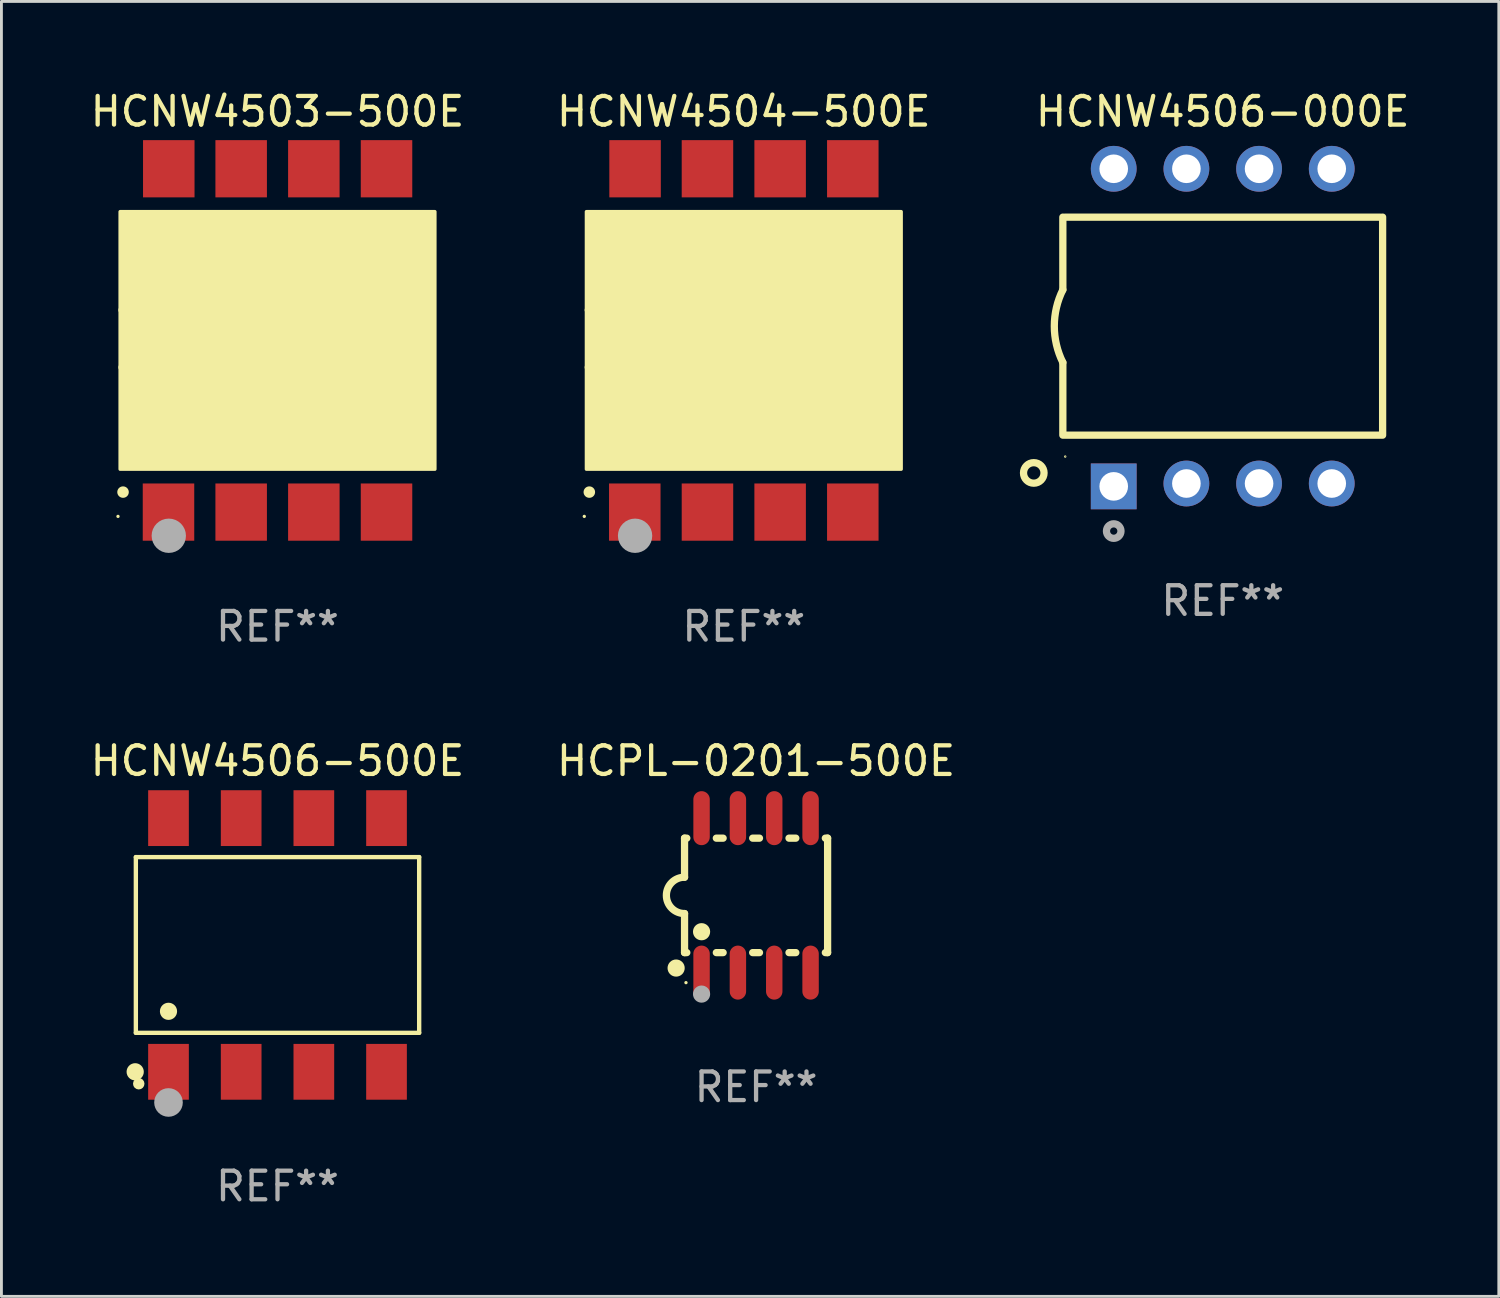
<source format=kicad_pcb>
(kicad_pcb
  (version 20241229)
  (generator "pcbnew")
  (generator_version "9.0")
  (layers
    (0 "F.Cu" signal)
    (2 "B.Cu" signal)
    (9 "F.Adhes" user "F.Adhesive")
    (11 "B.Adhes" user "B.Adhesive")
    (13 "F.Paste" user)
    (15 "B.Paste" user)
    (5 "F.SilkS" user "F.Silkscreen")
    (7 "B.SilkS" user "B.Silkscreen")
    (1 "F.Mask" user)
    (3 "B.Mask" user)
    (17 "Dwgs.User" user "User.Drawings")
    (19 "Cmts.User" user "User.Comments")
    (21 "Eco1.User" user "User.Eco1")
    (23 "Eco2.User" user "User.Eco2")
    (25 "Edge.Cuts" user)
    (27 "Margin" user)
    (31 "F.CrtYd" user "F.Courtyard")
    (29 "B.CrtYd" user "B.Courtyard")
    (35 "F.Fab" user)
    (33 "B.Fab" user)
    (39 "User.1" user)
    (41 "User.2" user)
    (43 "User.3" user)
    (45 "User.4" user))
  (footprint "HCNW4506-500E"
    (layer "F.Cu")
    (at 6.649 29.977)
    (property "Reference" "HCNW4506-500E" (at 0 -6.433 0) (layer "F.SilkS") (effects (font (size 1 1) (thickness 0.15))))
    (attr through_hole)
    (fp_line (start -4.951 -3.071) (end 4.951 -3.071) (stroke (width 0.152) (type solid)) (layer "F.SilkS"))
    (fp_line (start -4.951 3.071) (end -4.951 -3.071) (stroke (width 0.152) (type solid)) (layer "F.SilkS"))
    (fp_line (start 4.951 -3.071) (end 4.951 3.071) (stroke (width 0.152) (type solid)) (layer "F.SilkS"))
    (fp_line (start 4.951 3.071) (end -4.951 3.071) (stroke (width 0.152) (type solid)) (layer "F.SilkS"))
    (fp_circle (center -4.974 4.433) (end -4.823 4.433) (stroke (width 0.3) (type solid)) (fill no) (layer "F.SilkS"))
    (fp_circle (center -4.85 4.85) (end -4.75 4.85) (stroke (width 0.2) (type solid)) (fill no) (layer "F.SilkS"))
    (fp_circle (center -3.81 2.319) (end -3.66 2.319) (stroke (width 0.3) (type solid)) (fill no) (layer "F.SilkS"))
    (fp_circle (center -3.81 5.505) (end -3.56 5.505) (stroke (width 0.5) (type solid)) (fill no) (layer "F.Fab"))
    (fp_text user "REF**" (at 0 8.433 0) (layer "F.Fab") (effects (font (size 1 1) (thickness 0.15))))
    (pad "1" smd rect (at -3.81 4.433) (size 1.422 1.95) (layers "F.Cu" "F.Mask" "F.Paste"))
    (pad "2" smd rect (at -1.27 4.433) (size 1.422 1.95) (layers "F.Cu" "F.Mask" "F.Paste"))
    (pad "3" smd rect (at 1.27 4.433) (size 1.422 1.95) (layers "F.Cu" "F.Mask" "F.Paste"))
    (pad "4" smd rect (at 3.81 4.433) (size 1.422 1.95) (layers "F.Cu" "F.Mask" "F.Paste"))
    (pad "5" smd rect (at 3.81 -4.433) (size 1.422 1.95) (layers "F.Cu" "F.Mask" "F.Paste"))
    (pad "6" smd rect (at 1.27 -4.433) (size 1.422 1.95) (layers "F.Cu" "F.Mask" "F.Paste"))
    (pad "7" smd rect (at -1.27 -4.433) (size 1.422 1.95) (layers "F.Cu" "F.Mask" "F.Paste"))
    (pad "8" smd rect (at -3.81 -4.433) (size 1.422 1.95) (layers "F.Cu" "F.Mask" "F.Paste")))
  (footprint "HCNW4506-000E"
    (layer "F.Cu")
    (at 39.685 8.399)
    (property "Reference" "HCNW4506-000E" (at 0 -7.55 0) (layer "F.SilkS") (effects (font (size 1 1) (thickness 0.15))))
    (attr through_hole)
    (fp_line (start -5.588 -1.32) (end -5.588 -3.86) (stroke (width 0.254) (type solid)) (layer "F.SilkS"))
    (fp_line (start -5.588 3.76) (end -5.588 1.22) (stroke (width 0.254) (type solid)) (layer "F.SilkS"))
    (fp_line (start 5.5 -3.86) (end -5.5 -3.86) (stroke (width 0.254) (type solid)) (layer "F.SilkS"))
    (fp_line (start 5.5 3.76) (end -5.5 3.76) (stroke (width 0.254) (type solid)) (layer "F.SilkS"))
    (fp_line (start 5.588 3.76) (end 5.588 -3.86) (stroke (width 0.254) (type solid)) (layer "F.SilkS"))
    (fp_arc (start -5.588011 1.219583) (mid -5.886297 -0.050419) (end -5.588011 -1.320422) (stroke (width 0.254001) (type solid)) (layer "F.SilkS"))
    (fp_circle (center -6.604 5.08) (end -6.245 5.08) (stroke (width 0.254) (type solid)) (fill no) (layer "F.SilkS"))
    (fp_circle (center -5.505 4.508) (end -5.477 4.508) (stroke (width 0.03) (type solid)) (fill no) (layer "F.SilkS"))
    (fp_circle (center -3.81 7.112) (end -3.556 7.112) (stroke (width 0.254) (type solid)) (fill no) (layer "F.Fab"))
    (fp_text user "REF**" (at 0 9.55 0) (layer "F.Fab") (effects (font (size 1 1) (thickness 0.15))))
    (pad "1" thru_hole rect (at -3.81 5.55) (size 1.6 1.6) (drill 1) (layers "*.Cu" "*.Mask"))
    (pad "2" thru_hole circle (at -1.27 5.45) (size 1.6 1.6) (drill 1) (layers "*.Cu" "*.Mask"))
    (pad "3" thru_hole circle (at 1.27 5.45) (size 1.6 1.6) (drill 1) (layers "*.Cu" "*.Mask"))
    (pad "4" thru_hole circle (at 3.81 5.45) (size 1.6 1.6) (drill 1) (layers "*.Cu" "*.Mask"))
    (pad "5" thru_hole circle (at 3.81 -5.55) (size 1.6 1.6) (drill 1) (layers "*.Cu" "*.Mask"))
    (pad "6" thru_hole circle (at 1.27 -5.55) (size 1.6 1.6) (drill 1) (layers "*.Cu" "*.Mask"))
    (pad "7" thru_hole circle (at -1.27 -5.55) (size 1.6 1.6) (drill 1) (layers "*.Cu" "*.Mask"))
    (pad "8" thru_hole circle (at -3.81 -5.55) (size 1.6 1.6) (drill 1) (layers "*.Cu" "*.Mask")))
  (footprint "HCNW4504-500E"
    (layer "F.Cu")
    (at 22.946 8.848)
    (property "Reference" "HCNW4504-500E" (at 0 -8 0) (layer "F.SilkS") (effects (font (size 1 1) (thickness 0.15))))
    (attr through_hole)
    (fp_arc (start -5.43561 -1.061722) (mid -4.435608 -0.06096) (end -5.435611 0.939802) (stroke (width 0.254001) (type solid)) (layer "F.SilkS"))
    (fp_arc (start -5.400051 5.300991) (mid -5.398781 5.300987) (end -5.397511 5.300991) (stroke (width 0.4) (type solid)) (layer "F.SilkS"))
    (fp_circle (center -5.575 6.15) (end -5.545 6.15) (stroke (width 0.06) (type solid)) (fill no) (layer "F.SilkS"))
    (fp_poly (pts (xy -5.5 -4.5) (xy 5.5 -4.5) (xy 5.5 4.5) (xy -5.5 4.5)) (stroke (width 0.12) (type solid)) (fill yes) (layer "F.SilkS"))
    (fp_circle (center -3.8 6.827) (end -3.5 6.827) (stroke (width 0.6) (type solid)) (fill no) (layer "F.Fab"))
    (fp_text user "REF**" (at 0 10 0) (layer "F.Fab") (effects (font (size 1 1) (thickness 0.15))))
    (pad "1" smd rect (at -3.81 6) (size 1.8 2) (layers "F.Cu" "F.Mask" "F.Paste"))
    (pad "2" smd rect (at -1.27 6) (size 1.8 2) (layers "F.Cu" "F.Mask" "F.Paste"))
    (pad "3" smd rect (at 1.27 6) (size 1.8 2) (layers "F.Cu" "F.Mask" "F.Paste"))
    (pad "4" smd rect (at 3.81 6) (size 1.8 2) (layers "F.Cu" "F.Mask" "F.Paste"))
    (pad "5" smd rect (at 3.81 -6 180) (size 1.8 2) (layers "F.Cu" "F.Mask" "F.Paste"))
    (pad "6" smd rect (at 1.27 -6 180) (size 1.8 2) (layers "F.Cu" "F.Mask" "F.Paste"))
    (pad "7" smd rect (at -1.27 -6 180) (size 1.8 2) (layers "F.Cu" "F.Mask" "F.Paste"))
    (pad "8" smd rect (at -3.8 -6 180) (size 1.8 2) (layers "F.Cu" "F.Mask" "F.Paste")))
  (footprint "HCNW4503-500E"
    (layer "F.Cu")
    (at 6.649 8.848)
    (property "Reference" "HCNW4503-500E" (at 0 -8 0) (layer "F.SilkS") (effects (font (size 1 1) (thickness 0.15))))
    (attr through_hole)
    (fp_arc (start -5.43561 -1.061722) (mid -4.435608 -0.06096) (end -5.435611 0.939802) (stroke (width 0.254001) (type solid)) (layer "F.SilkS"))
    (fp_arc (start -5.400051 5.300991) (mid -5.398781 5.300987) (end -5.397511 5.300991) (stroke (width 0.4) (type solid)) (layer "F.SilkS"))
    (fp_circle (center -5.575 6.15) (end -5.545 6.15) (stroke (width 0.06) (type solid)) (fill no) (layer "F.SilkS"))
    (fp_poly (pts (xy -5.5 -4.5) (xy 5.5 -4.5) (xy 5.5 4.5) (xy -5.5 4.5)) (stroke (width 0.12) (type solid)) (fill yes) (layer "F.SilkS"))
    (fp_circle (center -3.8 6.827) (end -3.5 6.827) (stroke (width 0.6) (type solid)) (fill no) (layer "F.Fab"))
    (fp_text user "REF**" (at 0 10 0) (layer "F.Fab") (effects (font (size 1 1) (thickness 0.15))))
    (pad "1" smd rect (at -3.81 6) (size 1.8 2) (layers "F.Cu" "F.Mask" "F.Paste"))
    (pad "2" smd rect (at -1.27 6) (size 1.8 2) (layers "F.Cu" "F.Mask" "F.Paste"))
    (pad "3" smd rect (at 1.27 6) (size 1.8 2) (layers "F.Cu" "F.Mask" "F.Paste"))
    (pad "4" smd rect (at 3.81 6) (size 1.8 2) (layers "F.Cu" "F.Mask" "F.Paste"))
    (pad "5" smd rect (at 3.81 -6 180) (size 1.8 2) (layers "F.Cu" "F.Mask" "F.Paste"))
    (pad "6" smd rect (at 1.27 -6 180) (size 1.8 2) (layers "F.Cu" "F.Mask" "F.Paste"))
    (pad "7" smd rect (at -1.27 -6 180) (size 1.8 2) (layers "F.Cu" "F.Mask" "F.Paste"))
    (pad "8" smd rect (at -3.8 -6 180) (size 1.8 2) (layers "F.Cu" "F.Mask" "F.Paste")))
  (footprint "HCPL-0201-500E"
    (layer "F.Cu")
    (at 23.375 28.244)
    (property "Reference" "HCPL-0201-500E" (at 0 -4.699 0) (layer "F.SilkS") (effects (font (size 1 1) (thickness 0.15))))
    (attr through_hole)
    (fp_line (start -2.5 -2) (end -2.5 -0.635) (stroke (width 0.254) (type solid)) (layer "F.SilkS"))
    (fp_line (start -2.5 -2) (end -2.421 -2) (stroke (width 0.254) (type solid)) (layer "F.SilkS"))
    (fp_line (start -2.5 2) (end -2.5 0.635) (stroke (width 0.254) (type solid)) (layer "F.SilkS"))
    (fp_line (start -2.5 2) (end -2.421 2) (stroke (width 0.254) (type solid)) (layer "F.SilkS"))
    (fp_line (start -1.389 -2) (end -1.151 -2) (stroke (width 0.254) (type solid)) (layer "F.SilkS"))
    (fp_line (start -1.389 2) (end -1.151 2) (stroke (width 0.254) (type solid)) (layer "F.SilkS"))
    (fp_line (start -0.119 -2) (end 0.119 -2) (stroke (width 0.254) (type solid)) (layer "F.SilkS"))
    (fp_line (start -0.119 2) (end 0.119 2) (stroke (width 0.254) (type solid)) (layer "F.SilkS"))
    (fp_line (start 1.151 -2) (end 1.389 -2) (stroke (width 0.254) (type solid)) (layer "F.SilkS"))
    (fp_line (start 1.151 2) (end 1.389 2) (stroke (width 0.254) (type solid)) (layer "F.SilkS"))
    (fp_line (start 2.421 -2) (end 2.5 -2) (stroke (width 0.254) (type solid)) (layer "F.SilkS"))
    (fp_line (start 2.421 2) (end 2.5 2) (stroke (width 0.254) (type solid)) (layer "F.SilkS"))
    (fp_line (start 2.5 -2) (end 2.5 2) (stroke (width 0.254) (type solid)) (layer "F.SilkS"))
    (fp_arc (start -2.5 0.635001) (mid -3.134366 -0.000318) (end -2.499365 -0.635001) (stroke (width 0.254001) (type solid)) (layer "F.SilkS"))
    (fp_circle (center -2.794 2.54) (end -2.644 2.54) (stroke (width 0.3) (type solid)) (fill no) (layer "F.SilkS"))
    (fp_circle (center -2.45 3.05) (end -2.42 3.05) (stroke (width 0.06) (type solid)) (fill no) (layer "F.SilkS"))
    (fp_circle (center -1.905 1.27) (end -1.755 1.27) (stroke (width 0.3) (type solid)) (fill no) (layer "F.SilkS"))
    (fp_circle (center -1.905 3.45) (end -1.755 3.45) (stroke (width 0.3) (type solid)) (fill no) (layer "F.Fab"))
    (fp_text user "REF**" (at 0 6.699 0) (layer "F.Fab") (effects (font (size 1 1) (thickness 0.15))))
    (pad "1" smd oval (at -1.905 2.699) (size 0.574 1.888) (layers "F.Cu" "F.Mask" "F.Paste"))
    (pad "2" smd oval (at -0.635 2.699) (size 0.574 1.888) (layers "F.Cu" "F.Mask" "F.Paste"))
    (pad "3" smd oval (at 0.635 2.699) (size 0.574 1.888) (layers "F.Cu" "F.Mask" "F.Paste"))
    (pad "4" smd oval (at 1.905 2.699) (size 0.574 1.888) (layers "F.Cu" "F.Mask" "F.Paste"))
    (pad "5" smd oval (at 1.905 -2.699) (size 0.574 1.888) (layers "F.Cu" "F.Mask" "F.Paste"))
    (pad "6" smd oval (at 0.635 -2.699) (size 0.574 1.888) (layers "F.Cu" "F.Mask" "F.Paste"))
    (pad "7" smd oval (at -0.635 -2.699) (size 0.574 1.888) (layers "F.Cu" "F.Mask" "F.Paste"))
    (pad "8" smd oval (at -1.905 -2.699) (size 0.574 1.888) (layers "F.Cu" "F.Mask" "F.Paste")))
  (gr_rect
    (start -3 -3)
    (end 49.334 42.258)
    (stroke (width 0.1) (type default))
    (fill no)
    (layer "Edge.Cuts")))
</source>
